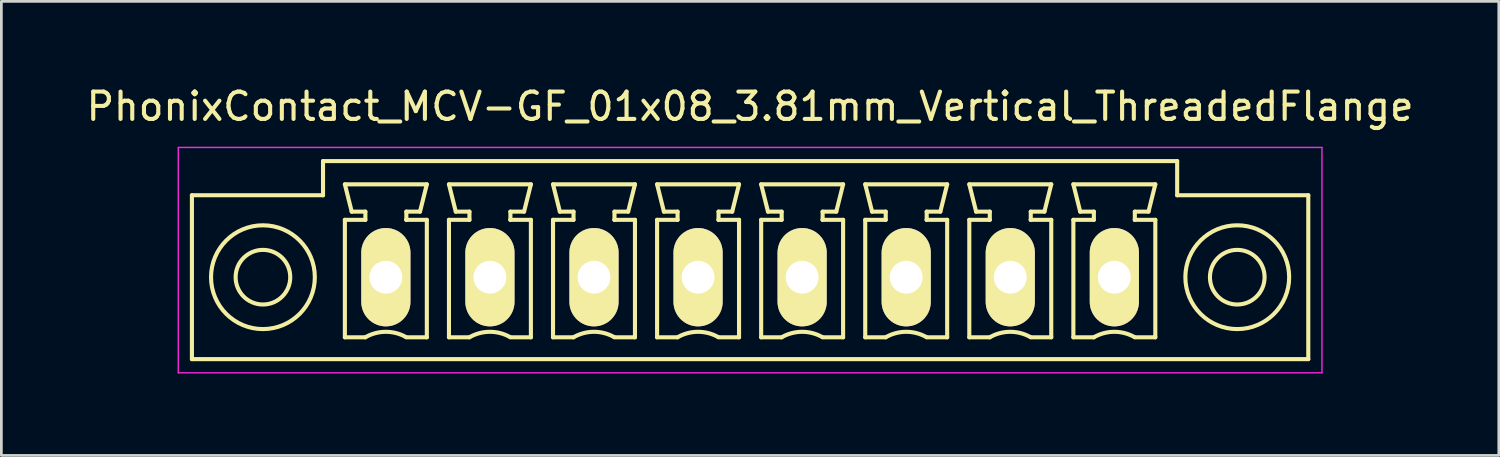
<source format=kicad_pcb>
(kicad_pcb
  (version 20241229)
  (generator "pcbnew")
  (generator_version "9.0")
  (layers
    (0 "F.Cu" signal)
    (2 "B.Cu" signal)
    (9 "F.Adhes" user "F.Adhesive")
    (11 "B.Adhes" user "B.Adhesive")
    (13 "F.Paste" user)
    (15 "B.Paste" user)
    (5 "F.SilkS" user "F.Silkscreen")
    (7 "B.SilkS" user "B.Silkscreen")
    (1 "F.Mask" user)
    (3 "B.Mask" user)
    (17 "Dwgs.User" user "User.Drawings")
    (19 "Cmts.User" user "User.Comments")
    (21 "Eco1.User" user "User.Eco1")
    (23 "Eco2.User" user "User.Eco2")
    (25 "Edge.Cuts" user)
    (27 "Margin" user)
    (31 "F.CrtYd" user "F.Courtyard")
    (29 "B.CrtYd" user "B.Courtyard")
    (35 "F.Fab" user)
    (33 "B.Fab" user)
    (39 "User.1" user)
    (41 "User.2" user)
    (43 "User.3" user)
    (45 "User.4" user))
  (footprint "PhonixContact_MCV-GF_01x08_3.81mm_Vertical_ThreadedFlange"
    (layer "F.Cu")
    (at 11.076 7.098)
    (property "Reference" "PhonixContact_MCV-GF_01x08_3.81mm_Vertical_ThreadedFlange" (at 13.335 -6.25 0) (layer "F.SilkS") (effects (font (size 1 1) (thickness 0.15))))
    (attr through_hole)
    (fp_line (start -7.1 -3) (end -7.1 3) (stroke (width 0.15) (type solid)) (layer "F.SilkS"))
    (fp_line (start -7.1 3) (end 33.77 3) (stroke (width 0.15) (type solid)) (layer "F.SilkS"))
    (fp_line (start -2.3 -4.25) (end -2.3 -3) (stroke (width 0.15) (type solid)) (layer "F.SilkS"))
    (fp_line (start -2.3 -3) (end -7.1 -3) (stroke (width 0.15) (type solid)) (layer "F.SilkS"))
    (fp_line (start -1.5 -3.4) (end 1.5 -3.4) (stroke (width 0.15) (type solid)) (layer "F.SilkS"))
    (fp_line (start -1.5 -2.1) (end -0.75 -2.1) (stroke (width 0.15) (type solid)) (layer "F.SilkS"))
    (fp_line (start -1.5 2.2) (end -1.5 -2.1) (stroke (width 0.15) (type solid)) (layer "F.SilkS"))
    (fp_line (start -1.25 -2.4) (end -1.5 -3.4) (stroke (width 0.15) (type solid)) (layer "F.SilkS"))
    (fp_line (start -0.75 -2.4) (end -1.25 -2.4) (stroke (width 0.15) (type solid)) (layer "F.SilkS"))
    (fp_line (start -0.75 -2.1) (end -0.75 -2.4) (stroke (width 0.15) (type solid)) (layer "F.SilkS"))
    (fp_line (start -0.75 2.2) (end -1.5 2.2) (stroke (width 0.15) (type solid)) (layer "F.SilkS"))
    (fp_line (start 0.75 -2.4) (end 0.75 -2.1) (stroke (width 0.15) (type solid)) (layer "F.SilkS"))
    (fp_line (start 0.75 -2.1) (end 0.75 -2.1) (stroke (width 0.15) (type solid)) (layer "F.SilkS"))
    (fp_line (start 0.75 -2.1) (end 1.5 -2.1) (stroke (width 0.15) (type solid)) (layer "F.SilkS"))
    (fp_line (start 1.25 -2.4) (end 0.75 -2.4) (stroke (width 0.15) (type solid)) (layer "F.SilkS"))
    (fp_line (start 1.5 -3.4) (end 1.25 -2.4) (stroke (width 0.15) (type solid)) (layer "F.SilkS"))
    (fp_line (start 1.5 -2.1) (end 1.5 2.2) (stroke (width 0.15) (type solid)) (layer "F.SilkS"))
    (fp_line (start 1.5 2.2) (end 0.75 2.2) (stroke (width 0.15) (type solid)) (layer "F.SilkS"))
    (fp_line (start 2.31 -3.4) (end 5.31 -3.4) (stroke (width 0.15) (type solid)) (layer "F.SilkS"))
    (fp_line (start 2.31 -2.1) (end 3.06 -2.1) (stroke (width 0.15) (type solid)) (layer "F.SilkS"))
    (fp_line (start 2.31 2.2) (end 2.31 -2.1) (stroke (width 0.15) (type solid)) (layer "F.SilkS"))
    (fp_line (start 2.56 -2.4) (end 2.31 -3.4) (stroke (width 0.15) (type solid)) (layer "F.SilkS"))
    (fp_line (start 3.06 -2.4) (end 2.56 -2.4) (stroke (width 0.15) (type solid)) (layer "F.SilkS"))
    (fp_line (start 3.06 -2.1) (end 3.06 -2.4) (stroke (width 0.15) (type solid)) (layer "F.SilkS"))
    (fp_line (start 3.06 2.2) (end 2.31 2.2) (stroke (width 0.15) (type solid)) (layer "F.SilkS"))
    (fp_line (start 4.56 -2.4) (end 4.56 -2.1) (stroke (width 0.15) (type solid)) (layer "F.SilkS"))
    (fp_line (start 4.56 -2.1) (end 4.56 -2.1) (stroke (width 0.15) (type solid)) (layer "F.SilkS"))
    (fp_line (start 4.56 -2.1) (end 5.31 -2.1) (stroke (width 0.15) (type solid)) (layer "F.SilkS"))
    (fp_line (start 5.06 -2.4) (end 4.56 -2.4) (stroke (width 0.15) (type solid)) (layer "F.SilkS"))
    (fp_line (start 5.31 -3.4) (end 5.06 -2.4) (stroke (width 0.15) (type solid)) (layer "F.SilkS"))
    (fp_line (start 5.31 -2.1) (end 5.31 2.2) (stroke (width 0.15) (type solid)) (layer "F.SilkS"))
    (fp_line (start 5.31 2.2) (end 4.56 2.2) (stroke (width 0.15) (type solid)) (layer "F.SilkS"))
    (fp_line (start 6.12 -3.4) (end 9.12 -3.4) (stroke (width 0.15) (type solid)) (layer "F.SilkS"))
    (fp_line (start 6.12 -2.1) (end 6.87 -2.1) (stroke (width 0.15) (type solid)) (layer "F.SilkS"))
    (fp_line (start 6.12 2.2) (end 6.12 -2.1) (stroke (width 0.15) (type solid)) (layer "F.SilkS"))
    (fp_line (start 6.37 -2.4) (end 6.12 -3.4) (stroke (width 0.15) (type solid)) (layer "F.SilkS"))
    (fp_line (start 6.87 -2.4) (end 6.37 -2.4) (stroke (width 0.15) (type solid)) (layer "F.SilkS"))
    (fp_line (start 6.87 -2.1) (end 6.87 -2.4) (stroke (width 0.15) (type solid)) (layer "F.SilkS"))
    (fp_line (start 6.87 2.2) (end 6.12 2.2) (stroke (width 0.15) (type solid)) (layer "F.SilkS"))
    (fp_line (start 8.37 -2.4) (end 8.37 -2.1) (stroke (width 0.15) (type solid)) (layer "F.SilkS"))
    (fp_line (start 8.37 -2.1) (end 8.37 -2.1) (stroke (width 0.15) (type solid)) (layer "F.SilkS"))
    (fp_line (start 8.37 -2.1) (end 9.12 -2.1) (stroke (width 0.15) (type solid)) (layer "F.SilkS"))
    (fp_line (start 8.87 -2.4) (end 8.37 -2.4) (stroke (width 0.15) (type solid)) (layer "F.SilkS"))
    (fp_line (start 9.12 -3.4) (end 8.87 -2.4) (stroke (width 0.15) (type solid)) (layer "F.SilkS"))
    (fp_line (start 9.12 -2.1) (end 9.12 2.2) (stroke (width 0.15) (type solid)) (layer "F.SilkS"))
    (fp_line (start 9.12 2.2) (end 8.37 2.2) (stroke (width 0.15) (type solid)) (layer "F.SilkS"))
    (fp_line (start 9.93 -3.4) (end 12.93 -3.4) (stroke (width 0.15) (type solid)) (layer "F.SilkS"))
    (fp_line (start 9.93 -2.1) (end 10.68 -2.1) (stroke (width 0.15) (type solid)) (layer "F.SilkS"))
    (fp_line (start 9.93 2.2) (end 9.93 -2.1) (stroke (width 0.15) (type solid)) (layer "F.SilkS"))
    (fp_line (start 10.18 -2.4) (end 9.93 -3.4) (stroke (width 0.15) (type solid)) (layer "F.SilkS"))
    (fp_line (start 10.68 -2.4) (end 10.18 -2.4) (stroke (width 0.15) (type solid)) (layer "F.SilkS"))
    (fp_line (start 10.68 -2.1) (end 10.68 -2.4) (stroke (width 0.15) (type solid)) (layer "F.SilkS"))
    (fp_line (start 10.68 2.2) (end 9.93 2.2) (stroke (width 0.15) (type solid)) (layer "F.SilkS"))
    (fp_line (start 12.18 -2.4) (end 12.18 -2.1) (stroke (width 0.15) (type solid)) (layer "F.SilkS"))
    (fp_line (start 12.18 -2.1) (end 12.18 -2.1) (stroke (width 0.15) (type solid)) (layer "F.SilkS"))
    (fp_line (start 12.18 -2.1) (end 12.93 -2.1) (stroke (width 0.15) (type solid)) (layer "F.SilkS"))
    (fp_line (start 12.68 -2.4) (end 12.18 -2.4) (stroke (width 0.15) (type solid)) (layer "F.SilkS"))
    (fp_line (start 12.93 -3.4) (end 12.68 -2.4) (stroke (width 0.15) (type solid)) (layer "F.SilkS"))
    (fp_line (start 12.93 -2.1) (end 12.93 2.2) (stroke (width 0.15) (type solid)) (layer "F.SilkS"))
    (fp_line (start 12.93 2.2) (end 12.18 2.2) (stroke (width 0.15) (type solid)) (layer "F.SilkS"))
    (fp_line (start 13.74 -3.4) (end 16.74 -3.4) (stroke (width 0.15) (type solid)) (layer "F.SilkS"))
    (fp_line (start 13.74 -2.1) (end 14.49 -2.1) (stroke (width 0.15) (type solid)) (layer "F.SilkS"))
    (fp_line (start 13.74 2.2) (end 13.74 -2.1) (stroke (width 0.15) (type solid)) (layer "F.SilkS"))
    (fp_line (start 13.99 -2.4) (end 13.74 -3.4) (stroke (width 0.15) (type solid)) (layer "F.SilkS"))
    (fp_line (start 14.49 -2.4) (end 13.99 -2.4) (stroke (width 0.15) (type solid)) (layer "F.SilkS"))
    (fp_line (start 14.49 -2.1) (end 14.49 -2.4) (stroke (width 0.15) (type solid)) (layer "F.SilkS"))
    (fp_line (start 14.49 2.2) (end 13.74 2.2) (stroke (width 0.15) (type solid)) (layer "F.SilkS"))
    (fp_line (start 15.99 -2.4) (end 15.99 -2.1) (stroke (width 0.15) (type solid)) (layer "F.SilkS"))
    (fp_line (start 15.99 -2.1) (end 15.99 -2.1) (stroke (width 0.15) (type solid)) (layer "F.SilkS"))
    (fp_line (start 15.99 -2.1) (end 16.74 -2.1) (stroke (width 0.15) (type solid)) (layer "F.SilkS"))
    (fp_line (start 16.49 -2.4) (end 15.99 -2.4) (stroke (width 0.15) (type solid)) (layer "F.SilkS"))
    (fp_line (start 16.74 -3.4) (end 16.49 -2.4) (stroke (width 0.15) (type solid)) (layer "F.SilkS"))
    (fp_line (start 16.74 -2.1) (end 16.74 2.2) (stroke (width 0.15) (type solid)) (layer "F.SilkS"))
    (fp_line (start 16.74 2.2) (end 15.99 2.2) (stroke (width 0.15) (type solid)) (layer "F.SilkS"))
    (fp_line (start 17.55 -3.4) (end 20.55 -3.4) (stroke (width 0.15) (type solid)) (layer "F.SilkS"))
    (fp_line (start 17.55 -2.1) (end 18.3 -2.1) (stroke (width 0.15) (type solid)) (layer "F.SilkS"))
    (fp_line (start 17.55 2.2) (end 17.55 -2.1) (stroke (width 0.15) (type solid)) (layer "F.SilkS"))
    (fp_line (start 17.8 -2.4) (end 17.55 -3.4) (stroke (width 0.15) (type solid)) (layer "F.SilkS"))
    (fp_line (start 18.3 -2.4) (end 17.8 -2.4) (stroke (width 0.15) (type solid)) (layer "F.SilkS"))
    (fp_line (start 18.3 -2.1) (end 18.3 -2.4) (stroke (width 0.15) (type solid)) (layer "F.SilkS"))
    (fp_line (start 18.3 2.2) (end 17.55 2.2) (stroke (width 0.15) (type solid)) (layer "F.SilkS"))
    (fp_line (start 19.8 -2.4) (end 19.8 -2.1) (stroke (width 0.15) (type solid)) (layer "F.SilkS"))
    (fp_line (start 19.8 -2.1) (end 19.8 -2.1) (stroke (width 0.15) (type solid)) (layer "F.SilkS"))
    (fp_line (start 19.8 -2.1) (end 20.55 -2.1) (stroke (width 0.15) (type solid)) (layer "F.SilkS"))
    (fp_line (start 20.3 -2.4) (end 19.8 -2.4) (stroke (width 0.15) (type solid)) (layer "F.SilkS"))
    (fp_line (start 20.55 -3.4) (end 20.3 -2.4) (stroke (width 0.15) (type solid)) (layer "F.SilkS"))
    (fp_line (start 20.55 -2.1) (end 20.55 2.2) (stroke (width 0.15) (type solid)) (layer "F.SilkS"))
    (fp_line (start 20.55 2.2) (end 19.8 2.2) (stroke (width 0.15) (type solid)) (layer "F.SilkS"))
    (fp_line (start 21.36 -3.4) (end 24.36 -3.4) (stroke (width 0.15) (type solid)) (layer "F.SilkS"))
    (fp_line (start 21.36 -2.1) (end 22.11 -2.1) (stroke (width 0.15) (type solid)) (layer "F.SilkS"))
    (fp_line (start 21.36 2.2) (end 21.36 -2.1) (stroke (width 0.15) (type solid)) (layer "F.SilkS"))
    (fp_line (start 21.61 -2.4) (end 21.36 -3.4) (stroke (width 0.15) (type solid)) (layer "F.SilkS"))
    (fp_line (start 22.11 -2.4) (end 21.61 -2.4) (stroke (width 0.15) (type solid)) (layer "F.SilkS"))
    (fp_line (start 22.11 -2.1) (end 22.11 -2.4) (stroke (width 0.15) (type solid)) (layer "F.SilkS"))
    (fp_line (start 22.11 2.2) (end 21.36 2.2) (stroke (width 0.15) (type solid)) (layer "F.SilkS"))
    (fp_line (start 23.61 -2.4) (end 23.61 -2.1) (stroke (width 0.15) (type solid)) (layer "F.SilkS"))
    (fp_line (start 23.61 -2.1) (end 23.61 -2.1) (stroke (width 0.15) (type solid)) (layer "F.SilkS"))
    (fp_line (start 23.61 -2.1) (end 24.36 -2.1) (stroke (width 0.15) (type solid)) (layer "F.SilkS"))
    (fp_line (start 24.11 -2.4) (end 23.61 -2.4) (stroke (width 0.15) (type solid)) (layer "F.SilkS"))
    (fp_line (start 24.36 -3.4) (end 24.11 -2.4) (stroke (width 0.15) (type solid)) (layer "F.SilkS"))
    (fp_line (start 24.36 -2.1) (end 24.36 2.2) (stroke (width 0.15) (type solid)) (layer "F.SilkS"))
    (fp_line (start 24.36 2.2) (end 23.61 2.2) (stroke (width 0.15) (type solid)) (layer "F.SilkS"))
    (fp_line (start 25.17 -3.4) (end 28.17 -3.4) (stroke (width 0.15) (type solid)) (layer "F.SilkS"))
    (fp_line (start 25.17 -2.1) (end 25.92 -2.1) (stroke (width 0.15) (type solid)) (layer "F.SilkS"))
    (fp_line (start 25.17 2.2) (end 25.17 -2.1) (stroke (width 0.15) (type solid)) (layer "F.SilkS"))
    (fp_line (start 25.42 -2.4) (end 25.17 -3.4) (stroke (width 0.15) (type solid)) (layer "F.SilkS"))
    (fp_line (start 25.92 -2.4) (end 25.42 -2.4) (stroke (width 0.15) (type solid)) (layer "F.SilkS"))
    (fp_line (start 25.92 -2.1) (end 25.92 -2.4) (stroke (width 0.15) (type solid)) (layer "F.SilkS"))
    (fp_line (start 25.92 2.2) (end 25.17 2.2) (stroke (width 0.15) (type solid)) (layer "F.SilkS"))
    (fp_line (start 27.42 -2.4) (end 27.42 -2.1) (stroke (width 0.15) (type solid)) (layer "F.SilkS"))
    (fp_line (start 27.42 -2.1) (end 27.42 -2.1) (stroke (width 0.15) (type solid)) (layer "F.SilkS"))
    (fp_line (start 27.42 -2.1) (end 28.17 -2.1) (stroke (width 0.15) (type solid)) (layer "F.SilkS"))
    (fp_line (start 27.92 -2.4) (end 27.42 -2.4) (stroke (width 0.15) (type solid)) (layer "F.SilkS"))
    (fp_line (start 28.17 -3.4) (end 27.92 -2.4) (stroke (width 0.15) (type solid)) (layer "F.SilkS"))
    (fp_line (start 28.17 -2.1) (end 28.17 2.2) (stroke (width 0.15) (type solid)) (layer "F.SilkS"))
    (fp_line (start 28.17 2.2) (end 27.42 2.2) (stroke (width 0.15) (type solid)) (layer "F.SilkS"))
    (fp_line (start 28.97 -4.25) (end -2.3 -4.25) (stroke (width 0.15) (type solid)) (layer "F.SilkS"))
    (fp_line (start 28.97 -3) (end 28.97 -4.25) (stroke (width 0.15) (type solid)) (layer "F.SilkS"))
    (fp_line (start 33.77 -3) (end 28.97 -3) (stroke (width 0.15) (type solid)) (layer "F.SilkS"))
    (fp_line (start 33.77 3) (end 33.77 -3) (stroke (width 0.15) (type solid)) (layer "F.SilkS"))
    (fp_arc (start -0.75 2.2) (mid -0.006068 1.999179) (end 0.739464 2.193978) (stroke (width 0.15) (type solid)) (layer "F.SilkS"))
    (fp_arc (start 3.06 2.2) (mid 3.803932 1.999179) (end 4.549464 2.193978) (stroke (width 0.15) (type solid)) (layer "F.SilkS"))
    (fp_arc (start 6.87 2.2) (mid 7.613932 1.999179) (end 8.359464 2.193978) (stroke (width 0.15) (type solid)) (layer "F.SilkS"))
    (fp_arc (start 10.68 2.2) (mid 11.423932 1.999179) (end 12.169464 2.193978) (stroke (width 0.15) (type solid)) (layer "F.SilkS"))
    (fp_arc (start 14.49 2.2) (mid 15.233932 1.999179) (end 15.979464 2.193978) (stroke (width 0.15) (type solid)) (layer "F.SilkS"))
    (fp_arc (start 18.3 2.2) (mid 19.043932 1.999179) (end 19.789464 2.193978) (stroke (width 0.15) (type solid)) (layer "F.SilkS"))
    (fp_arc (start 22.11 2.2) (mid 22.853932 1.999179) (end 23.599464 2.193978) (stroke (width 0.15) (type solid)) (layer "F.SilkS"))
    (fp_arc (start 25.92 2.2) (mid 26.663932 1.999179) (end 27.409464 2.193978) (stroke (width 0.15) (type solid)) (layer "F.SilkS"))
    (fp_circle (center -4.5 0) (end -3.5 0) (stroke (width 0.15) (type solid)) (fill no) (layer "F.SilkS"))
    (fp_circle (center -4.5 0) (end -2.6 0) (stroke (width 0.15) (type solid)) (fill no) (layer "F.SilkS"))
    (fp_circle (center 31.17 0) (end 32.17 0) (stroke (width 0.15) (type solid)) (fill no) (layer "F.SilkS"))
    (fp_circle (center 31.17 0) (end 33.07 0) (stroke (width 0.15) (type solid)) (fill no) (layer "F.SilkS"))
    (fp_line (start -7.6 -4.75) (end -7.6 3.5) (stroke (width 0.05) (type solid)) (layer "F.CrtYd"))
    (fp_line (start -7.6 3.5) (end 34.27 3.5) (stroke (width 0.05) (type solid)) (layer "F.CrtYd"))
    (fp_line (start 34.27 -4.75) (end -7.6 -4.75) (stroke (width 0.05) (type solid)) (layer "F.CrtYd"))
    (fp_line (start 34.27 3.5) (end 34.27 -4.75) (stroke (width 0.05) (type solid)) (layer "F.CrtYd"))
    (pad "1" thru_hole oval (at 0 0) (size 1.8 3.6) (drill 1.2) (layers "*.Cu" "*.Mask" "F.SilkS"))
    (pad "2" thru_hole oval (at 3.81 0) (size 1.8 3.6) (drill 1.2) (layers "*.Cu" "*.Mask" "F.SilkS"))
    (pad "3" thru_hole oval (at 7.62 0) (size 1.8 3.6) (drill 1.2) (layers "*.Cu" "*.Mask" "F.SilkS"))
    (pad "4" thru_hole oval (at 11.43 0) (size 1.8 3.6) (drill 1.2) (layers "*.Cu" "*.Mask" "F.SilkS"))
    (pad "5" thru_hole oval (at 15.24 0) (size 1.8 3.6) (drill 1.2) (layers "*.Cu" "*.Mask" "F.SilkS"))
    (pad "6" thru_hole oval (at 19.05 0) (size 1.8 3.6) (drill 1.2) (layers "*.Cu" "*.Mask" "F.SilkS"))
    (pad "7" thru_hole oval (at 22.86 0) (size 1.8 3.6) (drill 1.2) (layers "*.Cu" "*.Mask" "F.SilkS"))
    (pad "8" thru_hole oval (at 26.67 0) (size 1.8 3.6) (drill 1.2) (layers "*.Cu" "*.Mask" "F.SilkS")))
  (gr_rect
    (start -3 -3)
    (end 51.821 13.623)
    (stroke (width 0.1) (type default))
    (fill no)
    (layer "Edge.Cuts")))
</source>
